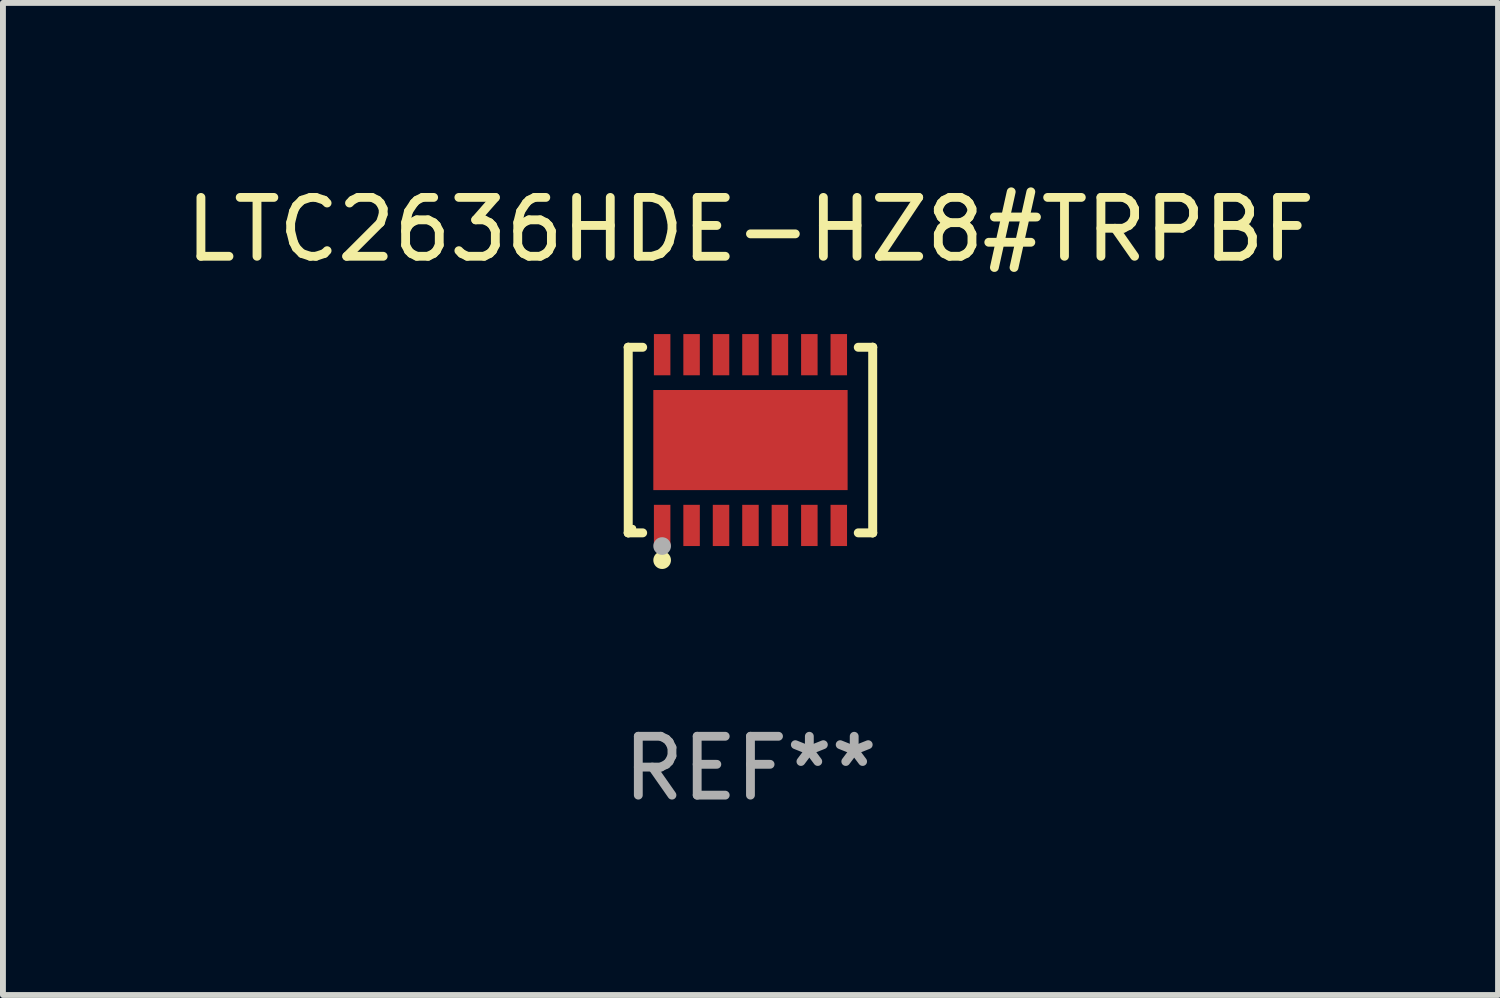
<source format=kicad_pcb>
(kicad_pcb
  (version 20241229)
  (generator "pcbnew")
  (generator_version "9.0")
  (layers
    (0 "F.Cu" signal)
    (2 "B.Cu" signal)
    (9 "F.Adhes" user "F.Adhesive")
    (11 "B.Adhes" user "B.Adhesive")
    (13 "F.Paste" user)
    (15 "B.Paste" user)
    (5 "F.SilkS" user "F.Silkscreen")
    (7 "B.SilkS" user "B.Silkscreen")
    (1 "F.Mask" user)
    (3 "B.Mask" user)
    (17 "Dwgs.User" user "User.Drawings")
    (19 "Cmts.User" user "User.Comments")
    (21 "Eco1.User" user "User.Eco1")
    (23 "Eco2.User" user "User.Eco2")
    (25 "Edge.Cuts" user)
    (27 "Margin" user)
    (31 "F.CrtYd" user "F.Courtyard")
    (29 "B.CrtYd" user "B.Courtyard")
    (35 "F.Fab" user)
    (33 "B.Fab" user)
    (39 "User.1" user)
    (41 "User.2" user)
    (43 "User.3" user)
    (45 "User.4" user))
  (footprint "LTC2636HDE-HZ8#TRPBF"
    (layer "F.Cu")
    (at 9.696 4.424)
    (property "Reference" "LTC2636HDE-HZ8#TRPBF" (at 0 -3.576 0) (layer "F.SilkS") (effects (font (size 1 1) (thickness 0.15))))
    (attr through_hole)
    (fp_line (start -2.076 -1.576) (end -2.076 -1.576) (stroke (width 0.152) (type solid)) (layer "F.SilkS"))
    (fp_line (start -2.076 -1.576) (end -1.831 -1.576) (stroke (width 0.152) (type solid)) (layer "F.SilkS"))
    (fp_line (start -2.076 1.576) (end -2.076 -1.576) (stroke (width 0.152) (type solid)) (layer "F.SilkS"))
    (fp_line (start -2.076 1.576) (end -2.076 1.576) (stroke (width 0.152) (type solid)) (layer "F.SilkS"))
    (fp_line (start -1.831 1.576) (end -2.076 1.576) (stroke (width 0.152) (type solid)) (layer "F.SilkS"))
    (fp_line (start 1.831 1.576) (end 2.076 1.576) (stroke (width 0.152) (type solid)) (layer "F.SilkS"))
    (fp_line (start 2.076 -1.576) (end 1.831 -1.576) (stroke (width 0.152) (type solid)) (layer "F.SilkS"))
    (fp_line (start 2.076 -1.576) (end 2.076 -1.576) (stroke (width 0.152) (type solid)) (layer "F.SilkS"))
    (fp_line (start 2.076 1.576) (end 2.076 -1.576) (stroke (width 0.152) (type solid)) (layer "F.SilkS"))
    (fp_line (start 2.076 1.576) (end 2.076 1.576) (stroke (width 0.152) (type solid)) (layer "F.SilkS"))
    (fp_circle (center -2 1.5) (end -1.97 1.5) (stroke (width 0.06) (type solid)) (fill no) (layer "F.SilkS"))
    (fp_circle (center -1.5 2.04) (end -1.425 2.04) (stroke (width 0.15) (type solid)) (fill no) (layer "F.SilkS"))
    (fp_circle (center -1.5 1.8) (end -1.425 1.8) (stroke (width 0.15) (type solid)) (fill no) (layer "F.Fab"))
    (fp_text user "REF**" (at 0 5.576 0) (layer "F.Fab") (effects (font (size 1 1) (thickness 0.15))))
    (pad "1" smd rect (at -1.5 1.45) (size 0.28 0.7) (layers "F.Cu" "F.Mask" "F.Paste"))
    (pad "2" smd rect (at -1 1.45) (size 0.28 0.7) (layers "F.Cu" "F.Mask" "F.Paste"))
    (pad "3" smd rect (at -0.5 1.45) (size 0.28 0.7) (layers "F.Cu" "F.Mask" "F.Paste"))
    (pad "4" smd rect (at 0 1.45) (size 0.28 0.7) (layers "F.Cu" "F.Mask" "F.Paste"))
    (pad "5" smd rect (at 0.5 1.45) (size 0.28 0.7) (layers "F.Cu" "F.Mask" "F.Paste"))
    (pad "6" smd rect (at 1 1.45) (size 0.28 0.7) (layers "F.Cu" "F.Mask" "F.Paste"))
    (pad "7" smd rect (at 1.5 1.45) (size 0.28 0.7) (layers "F.Cu" "F.Mask" "F.Paste"))
    (pad "8" smd rect (at 1.5 -1.45) (size 0.28 0.7) (layers "F.Cu" "F.Mask" "F.Paste"))
    (pad "9" smd rect (at 1 -1.45) (size 0.28 0.7) (layers "F.Cu" "F.Mask" "F.Paste"))
    (pad "10" smd rect (at 0.5 -1.45) (size 0.28 0.7) (layers "F.Cu" "F.Mask" "F.Paste"))
    (pad "11" smd rect (at 0 -1.45) (size 0.28 0.7) (layers "F.Cu" "F.Mask" "F.Paste"))
    (pad "12" smd rect (at -0.5 -1.45) (size 0.28 0.7) (layers "F.Cu" "F.Mask" "F.Paste"))
    (pad "13" smd rect (at -1 -1.45) (size 0.28 0.7) (layers "F.Cu" "F.Mask" "F.Paste"))
    (pad "14" smd rect (at -1.5 -1.45) (size 0.28 0.7) (layers "F.Cu" "F.Mask" "F.Paste"))
    (pad "15" smd rect (at 0 0) (size 3.3 1.7) (layers "F.Cu" "F.Mask" "F.Paste")))
  (gr_rect
    (start -3 -3)
    (end 22.393 13.849)
    (stroke (width 0.1) (type default))
    (fill no)
    (layer "Edge.Cuts")))
</source>
